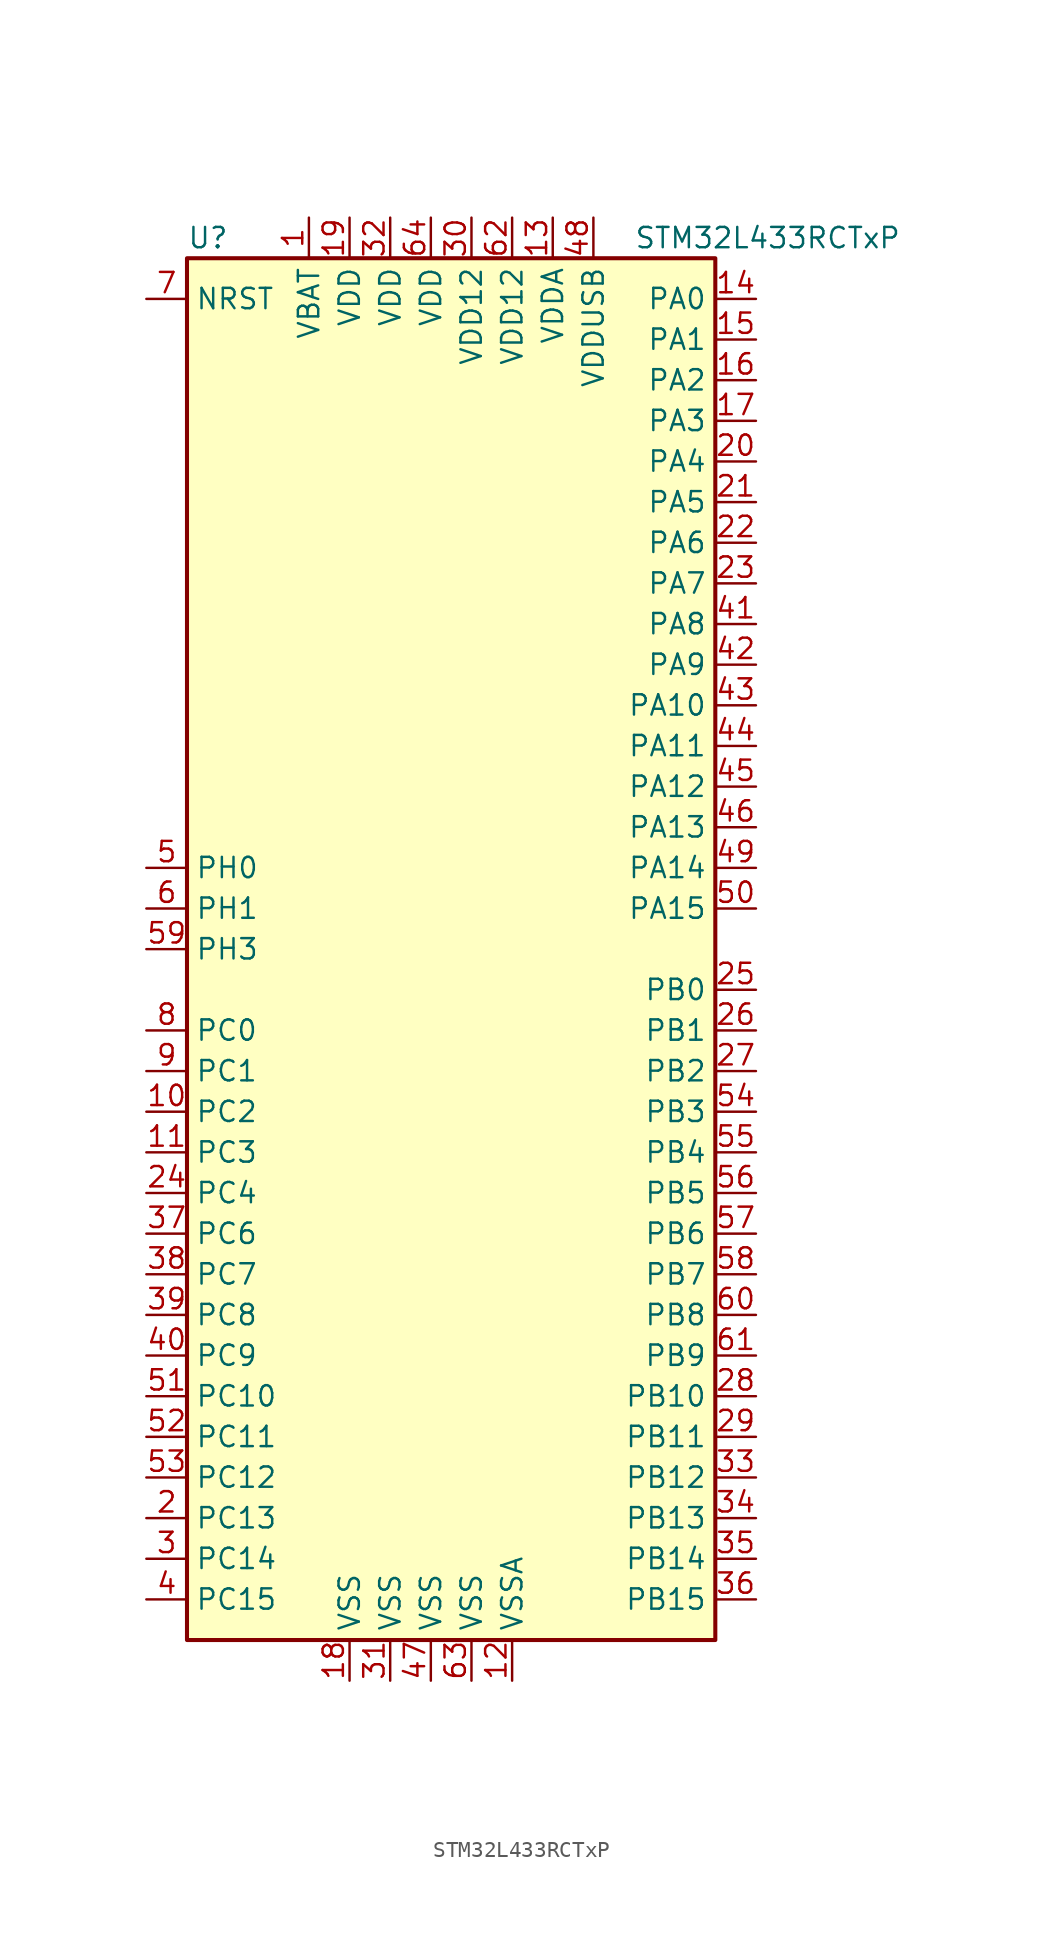
<source format=kicad_sym>
(kicad_symbol_lib
  (version 20201005)
  (generator kicad_symbol_editor)
  (symbol "STM32L433RCTxP"
    (property "Reference" "U"
      (at -17.78 44.45 0)
      (effects (font (size 1.27 1.27)) (justify left)))
    (property "Value" "STM32L433RCTxP"
      (at 10.16 44.45 0)
      (effects (font (size 1.27 1.27)) (justify left)))
    (symbol "STM32L433RCTxP_0_1"
      (rectangle (start -17.78 -43.18) (end 15.24 43.18) (stroke (width 0.254)) (fill (type background))))
    (symbol "STM32L433RCTxP_1_1"
      (pin power_in line (at -10.16 45.72 270) (length 2.54) (name "VBAT" (effects (font (size 1.27 1.27)))) (number "1" (effects (font (size 1.27 1.27)))))
      (pin bidirectional line (at -20.32 -10.16 0) (length 2.54) (name "PC2" (effects (font (size 1.27 1.27)))) (number "10" (effects (font (size 1.27 1.27)))))
      (pin bidirectional line (at -20.32 -12.7 0) (length 2.54) (name "PC3" (effects (font (size 1.27 1.27)))) (number "11" (effects (font (size 1.27 1.27)))))
      (pin power_in line (at 2.54 -45.72 90) (length 2.54) (name "VSSA" (effects (font (size 1.27 1.27)))) (number "12" (effects (font (size 1.27 1.27)))))
      (pin power_in line (at 5.08 45.72 270) (length 2.54) (name "VDDA" (effects (font (size 1.27 1.27)))) (number "13" (effects (font (size 1.27 1.27)))))
      (pin bidirectional line (at 17.78 40.64 180) (length 2.54) (name "PA0" (effects (font (size 1.27 1.27)))) (number "14" (effects (font (size 1.27 1.27)))))
      (pin bidirectional line (at 17.78 38.1 180) (length 2.54) (name "PA1" (effects (font (size 1.27 1.27)))) (number "15" (effects (font (size 1.27 1.27)))))
      (pin bidirectional line (at 17.78 35.56 180) (length 2.54) (name "PA2" (effects (font (size 1.27 1.27)))) (number "16" (effects (font (size 1.27 1.27)))))
      (pin bidirectional line (at 17.78 33.02 180) (length 2.54) (name "PA3" (effects (font (size 1.27 1.27)))) (number "17" (effects (font (size 1.27 1.27)))))
      (pin power_in line (at -7.62 -45.72 90) (length 2.54) (name "VSS" (effects (font (size 1.27 1.27)))) (number "18" (effects (font (size 1.27 1.27)))))
      (pin power_in line (at -7.62 45.72 270) (length 2.54) (name "VDD" (effects (font (size 1.27 1.27)))) (number "19" (effects (font (size 1.27 1.27)))))
      (pin bidirectional line (at -20.32 -35.56 0) (length 2.54) (name "PC13" (effects (font (size 1.27 1.27)))) (number "2" (effects (font (size 1.27 1.27)))))
      (pin bidirectional line (at 17.78 30.48 180) (length 2.54) (name "PA4" (effects (font (size 1.27 1.27)))) (number "20" (effects (font (size 1.27 1.27)))))
      (pin bidirectional line (at 17.78 27.94 180) (length 2.54) (name "PA5" (effects (font (size 1.27 1.27)))) (number "21" (effects (font (size 1.27 1.27)))))
      (pin bidirectional line (at 17.78 25.4 180) (length 2.54) (name "PA6" (effects (font (size 1.27 1.27)))) (number "22" (effects (font (size 1.27 1.27)))))
      (pin bidirectional line (at 17.78 22.86 180) (length 2.54) (name "PA7" (effects (font (size 1.27 1.27)))) (number "23" (effects (font (size 1.27 1.27)))))
      (pin bidirectional line (at -20.32 -15.24 0) (length 2.54) (name "PC4" (effects (font (size 1.27 1.27)))) (number "24" (effects (font (size 1.27 1.27)))))
      (pin bidirectional line (at 17.78 -2.54 180) (length 2.54) (name "PB0" (effects (font (size 1.27 1.27)))) (number "25" (effects (font (size 1.27 1.27)))))
      (pin bidirectional line (at 17.78 -5.08 180) (length 2.54) (name "PB1" (effects (font (size 1.27 1.27)))) (number "26" (effects (font (size 1.27 1.27)))))
      (pin bidirectional line (at 17.78 -7.62 180) (length 2.54) (name "PB2" (effects (font (size 1.27 1.27)))) (number "27" (effects (font (size 1.27 1.27)))))
      (pin bidirectional line (at 17.78 -27.94 180) (length 2.54) (name "PB10" (effects (font (size 1.27 1.27)))) (number "28" (effects (font (size 1.27 1.27)))))
      (pin bidirectional line (at 17.78 -30.48 180) (length 2.54) (name "PB11" (effects (font (size 1.27 1.27)))) (number "29" (effects (font (size 1.27 1.27)))))
      (pin bidirectional line (at -20.32 -38.1 0) (length 2.54) (name "PC14" (effects (font (size 1.27 1.27)))) (number "3" (effects (font (size 1.27 1.27)))))
      (pin power_in line (at 0 45.72 270) (length 2.54) (name "VDD12" (effects (font (size 1.27 1.27)))) (number "30" (effects (font (size 1.27 1.27)))))
      (pin power_in line (at -5.08 -45.72 90) (length 2.54) (name "VSS" (effects (font (size 1.27 1.27)))) (number "31" (effects (font (size 1.27 1.27)))))
      (pin power_in line (at -5.08 45.72 270) (length 2.54) (name "VDD" (effects (font (size 1.27 1.27)))) (number "32" (effects (font (size 1.27 1.27)))))
      (pin bidirectional line (at 17.78 -33.02 180) (length 2.54) (name "PB12" (effects (font (size 1.27 1.27)))) (number "33" (effects (font (size 1.27 1.27)))))
      (pin bidirectional line (at 17.78 -35.56 180) (length 2.54) (name "PB13" (effects (font (size 1.27 1.27)))) (number "34" (effects (font (size 1.27 1.27)))))
      (pin bidirectional line (at 17.78 -38.1 180) (length 2.54) (name "PB14" (effects (font (size 1.27 1.27)))) (number "35" (effects (font (size 1.27 1.27)))))
      (pin bidirectional line (at 17.78 -40.64 180) (length 2.54) (name "PB15" (effects (font (size 1.27 1.27)))) (number "36" (effects (font (size 1.27 1.27)))))
      (pin bidirectional line (at -20.32 -17.78 0) (length 2.54) (name "PC6" (effects (font (size 1.27 1.27)))) (number "37" (effects (font (size 1.27 1.27)))))
      (pin bidirectional line (at -20.32 -20.32 0) (length 2.54) (name "PC7" (effects (font (size 1.27 1.27)))) (number "38" (effects (font (size 1.27 1.27)))))
      (pin bidirectional line (at -20.32 -22.86 0) (length 2.54) (name "PC8" (effects (font (size 1.27 1.27)))) (number "39" (effects (font (size 1.27 1.27)))))
      (pin bidirectional line (at -20.32 -40.64 0) (length 2.54) (name "PC15" (effects (font (size 1.27 1.27)))) (number "4" (effects (font (size 1.27 1.27)))))
      (pin bidirectional line (at -20.32 -25.4 0) (length 2.54) (name "PC9" (effects (font (size 1.27 1.27)))) (number "40" (effects (font (size 1.27 1.27)))))
      (pin bidirectional line (at 17.78 20.32 180) (length 2.54) (name "PA8" (effects (font (size 1.27 1.27)))) (number "41" (effects (font (size 1.27 1.27)))))
      (pin bidirectional line (at 17.78 17.78 180) (length 2.54) (name "PA9" (effects (font (size 1.27 1.27)))) (number "42" (effects (font (size 1.27 1.27)))))
      (pin bidirectional line (at 17.78 15.24 180) (length 2.54) (name "PA10" (effects (font (size 1.27 1.27)))) (number "43" (effects (font (size 1.27 1.27)))))
      (pin bidirectional line (at 17.78 12.7 180) (length 2.54) (name "PA11" (effects (font (size 1.27 1.27)))) (number "44" (effects (font (size 1.27 1.27)))))
      (pin bidirectional line (at 17.78 10.16 180) (length 2.54) (name "PA12" (effects (font (size 1.27 1.27)))) (number "45" (effects (font (size 1.27 1.27)))))
      (pin bidirectional line (at 17.78 7.62 180) (length 2.54) (name "PA13" (effects (font (size 1.27 1.27)))) (number "46" (effects (font (size 1.27 1.27)))))
      (pin power_in line (at -2.54 -45.72 90) (length 2.54) (name "VSS" (effects (font (size 1.27 1.27)))) (number "47" (effects (font (size 1.27 1.27)))))
      (pin power_in line (at 7.62 45.72 270) (length 2.54) (name "VDDUSB" (effects (font (size 1.27 1.27)))) (number "48" (effects (font (size 1.27 1.27)))))
      (pin bidirectional line (at 17.78 5.08 180) (length 2.54) (name "PA14" (effects (font (size 1.27 1.27)))) (number "49" (effects (font (size 1.27 1.27)))))
      (pin input line (at -20.32 5.08 0) (length 2.54) (name "PH0" (effects (font (size 1.27 1.27)))) (number "5" (effects (font (size 1.27 1.27)))))
      (pin bidirectional line (at 17.78 2.54 180) (length 2.54) (name "PA15" (effects (font (size 1.27 1.27)))) (number "50" (effects (font (size 1.27 1.27)))))
      (pin bidirectional line (at -20.32 -27.94 0) (length 2.54) (name "PC10" (effects (font (size 1.27 1.27)))) (number "51" (effects (font (size 1.27 1.27)))))
      (pin bidirectional line (at -20.32 -30.48 0) (length 2.54) (name "PC11" (effects (font (size 1.27 1.27)))) (number "52" (effects (font (size 1.27 1.27)))))
      (pin bidirectional line (at -20.32 -33.02 0) (length 2.54) (name "PC12" (effects (font (size 1.27 1.27)))) (number "53" (effects (font (size 1.27 1.27)))))
      (pin bidirectional line (at 17.78 -10.16 180) (length 2.54) (name "PB3" (effects (font (size 1.27 1.27)))) (number "54" (effects (font (size 1.27 1.27)))))
      (pin bidirectional line (at 17.78 -12.7 180) (length 2.54) (name "PB4" (effects (font (size 1.27 1.27)))) (number "55" (effects (font (size 1.27 1.27)))))
      (pin bidirectional line (at 17.78 -15.24 180) (length 2.54) (name "PB5" (effects (font (size 1.27 1.27)))) (number "56" (effects (font (size 1.27 1.27)))))
      (pin bidirectional line (at 17.78 -17.78 180) (length 2.54) (name "PB6" (effects (font (size 1.27 1.27)))) (number "57" (effects (font (size 1.27 1.27)))))
      (pin bidirectional line (at 17.78 -20.32 180) (length 2.54) (name "PB7" (effects (font (size 1.27 1.27)))) (number "58" (effects (font (size 1.27 1.27)))))
      (pin bidirectional line (at -20.32 0 0) (length 2.54) (name "PH3" (effects (font (size 1.27 1.27)))) (number "59" (effects (font (size 1.27 1.27)))))
      (pin input line (at -20.32 2.54 0) (length 2.54) (name "PH1" (effects (font (size 1.27 1.27)))) (number "6" (effects (font (size 1.27 1.27)))))
      (pin bidirectional line (at 17.78 -22.86 180) (length 2.54) (name "PB8" (effects (font (size 1.27 1.27)))) (number "60" (effects (font (size 1.27 1.27)))))
      (pin bidirectional line (at 17.78 -25.4 180) (length 2.54) (name "PB9" (effects (font (size 1.27 1.27)))) (number "61" (effects (font (size 1.27 1.27)))))
      (pin power_in line (at 2.54 45.72 270) (length 2.54) (name "VDD12" (effects (font (size 1.27 1.27)))) (number "62" (effects (font (size 1.27 1.27)))))
      (pin power_in line (at 0 -45.72 90) (length 2.54) (name "VSS" (effects (font (size 1.27 1.27)))) (number "63" (effects (font (size 1.27 1.27)))))
      (pin power_in line (at -2.54 45.72 270) (length 2.54) (name "VDD" (effects (font (size 1.27 1.27)))) (number "64" (effects (font (size 1.27 1.27)))))
      (pin input line (at -20.32 40.64 0) (length 2.54) (name "NRST" (effects (font (size 1.27 1.27)))) (number "7" (effects (font (size 1.27 1.27)))))
      (pin bidirectional line (at -20.32 -5.08 0) (length 2.54) (name "PC0" (effects (font (size 1.27 1.27)))) (number "8" (effects (font (size 1.27 1.27)))))
      (pin bidirectional line (at -20.32 -7.62 0) (length 2.54) (name "PC1" (effects (font (size 1.27 1.27)))) (number "9" (effects (font (size 1.27 1.27))))))))
</source>
